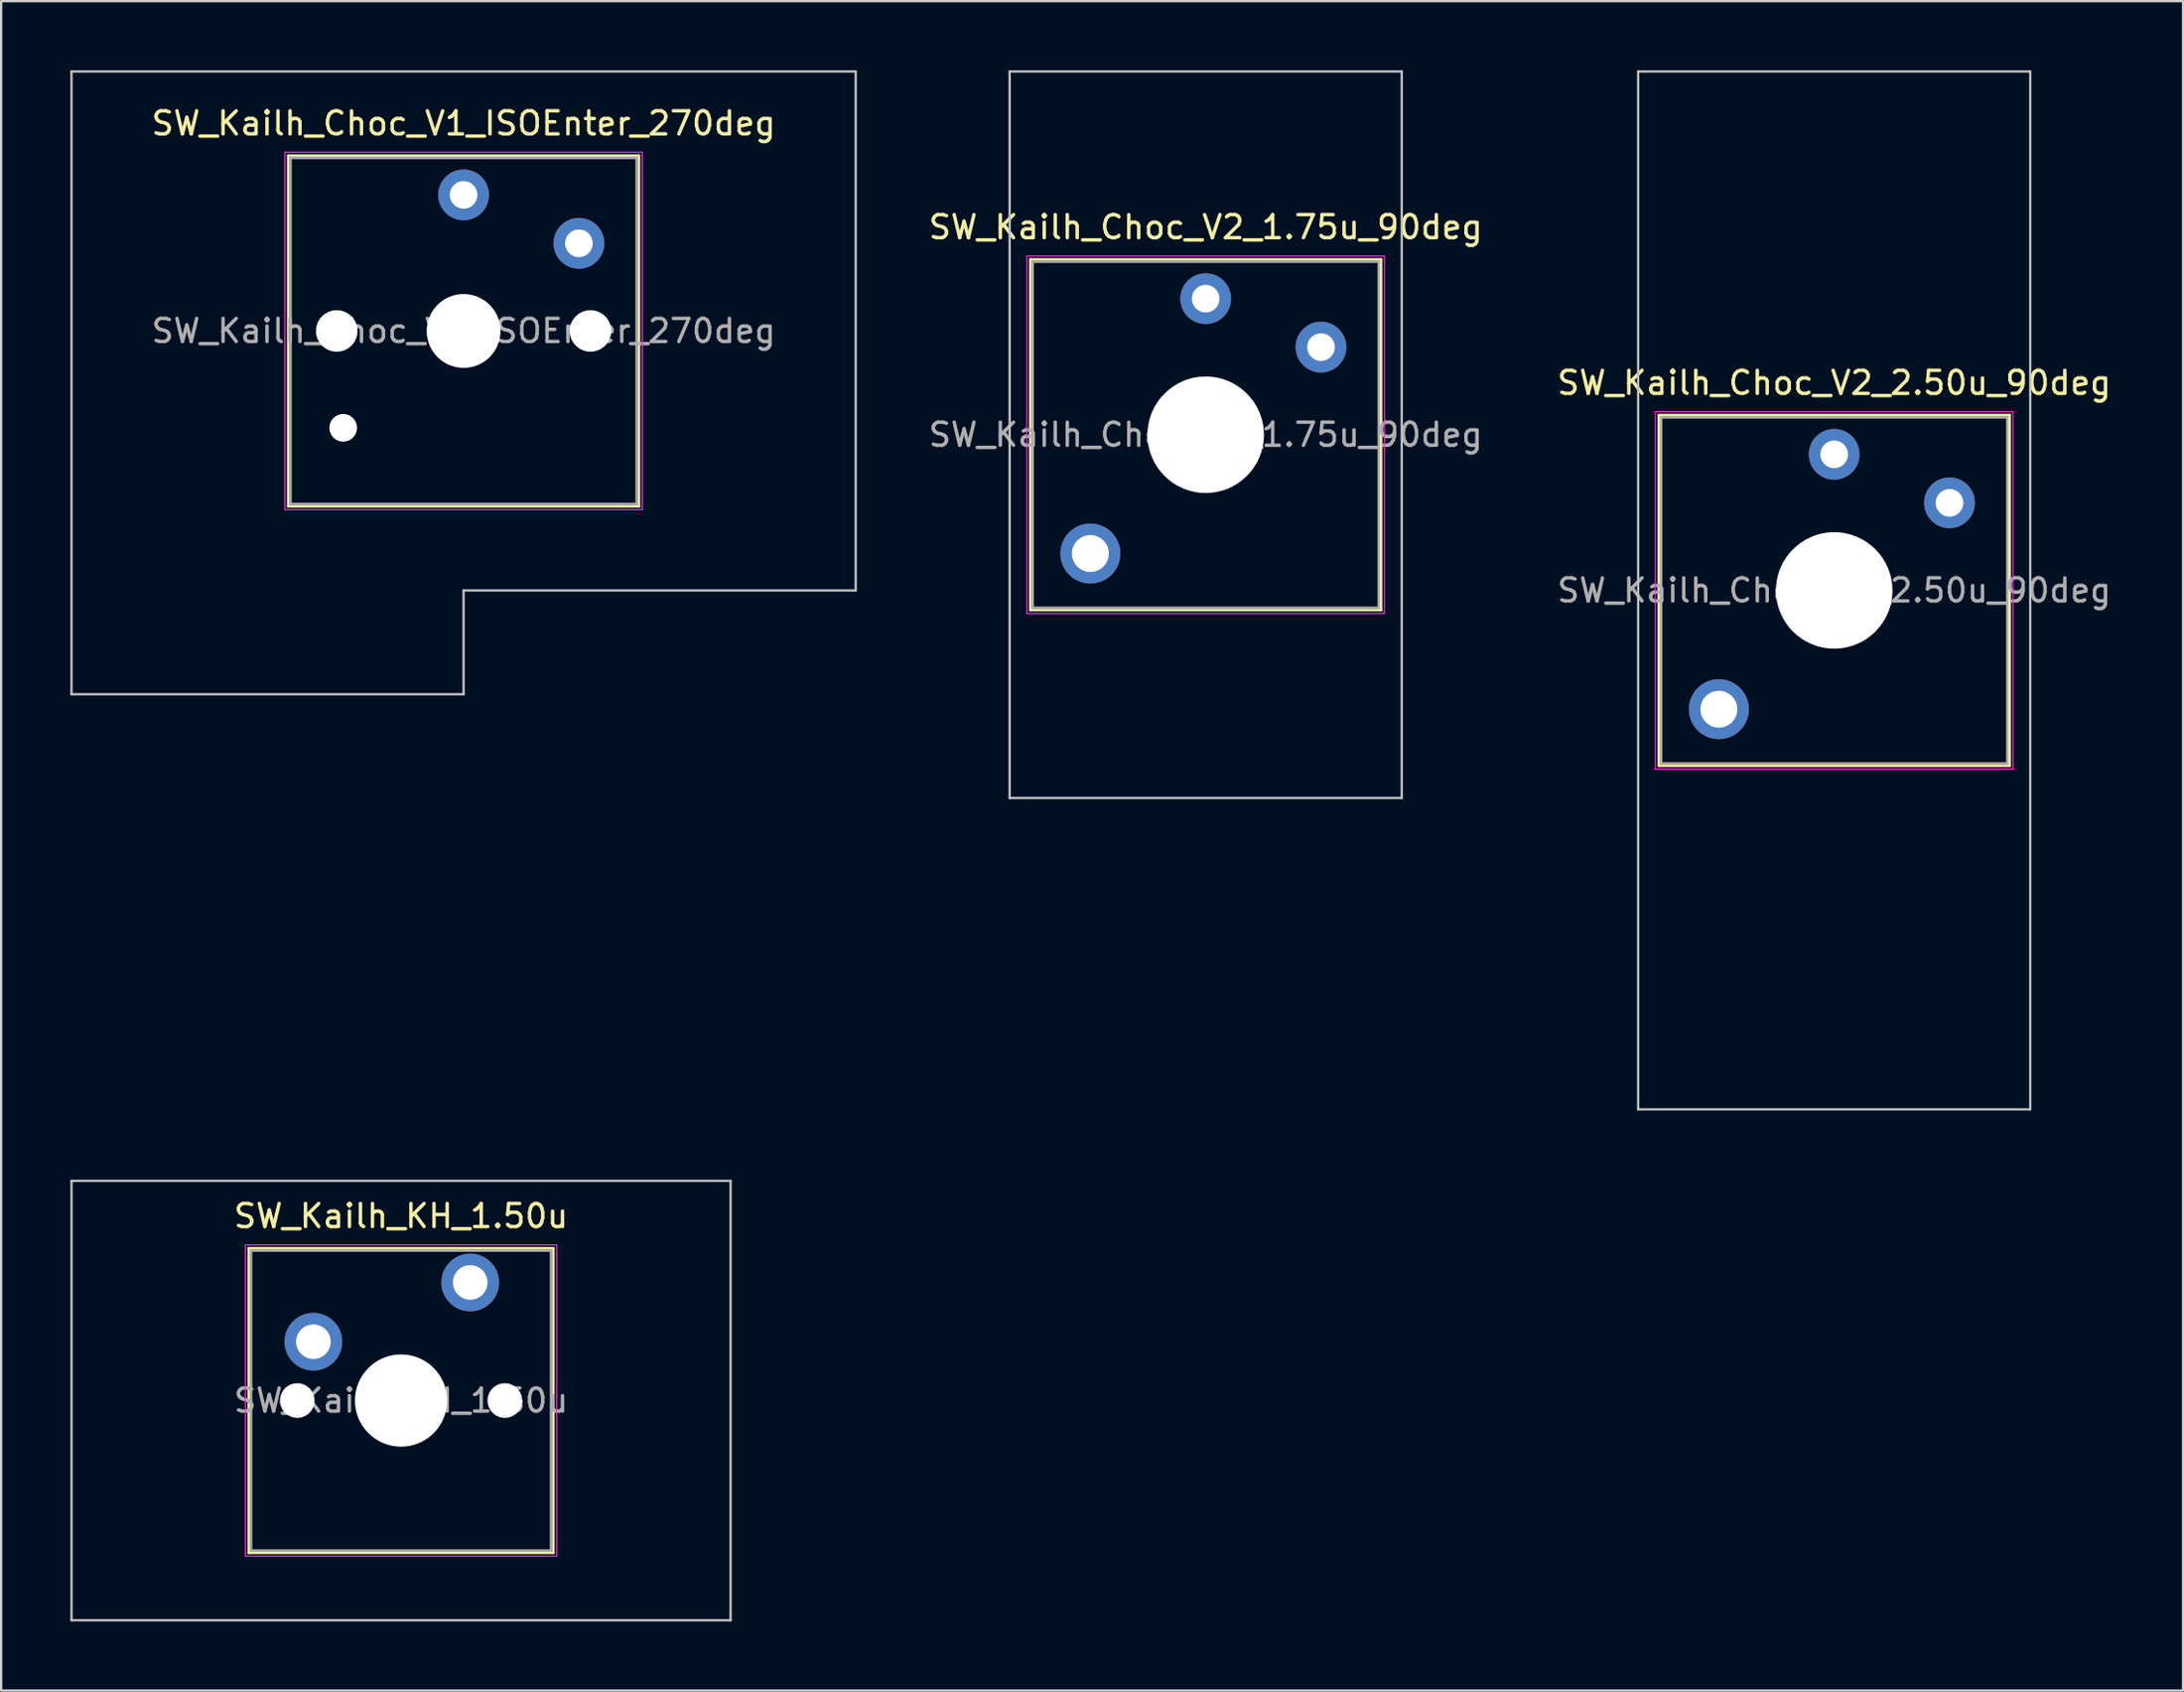
<source format=kicad_pcb>
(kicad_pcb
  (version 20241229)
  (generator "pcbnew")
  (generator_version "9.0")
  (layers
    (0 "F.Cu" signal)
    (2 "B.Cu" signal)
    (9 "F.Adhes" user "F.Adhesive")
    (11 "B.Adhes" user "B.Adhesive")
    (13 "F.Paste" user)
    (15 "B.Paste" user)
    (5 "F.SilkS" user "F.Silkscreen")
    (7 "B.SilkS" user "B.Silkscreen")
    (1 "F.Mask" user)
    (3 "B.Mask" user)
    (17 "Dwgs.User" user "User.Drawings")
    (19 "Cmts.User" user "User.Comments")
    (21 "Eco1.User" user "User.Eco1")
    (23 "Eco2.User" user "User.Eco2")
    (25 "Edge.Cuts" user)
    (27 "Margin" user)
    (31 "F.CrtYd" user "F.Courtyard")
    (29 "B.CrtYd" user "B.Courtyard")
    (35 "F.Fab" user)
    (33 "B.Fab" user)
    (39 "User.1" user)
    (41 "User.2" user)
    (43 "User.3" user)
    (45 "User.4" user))
  (footprint "SW_Kailh_Choc_V2_2.50u_90deg"
    (layer "F.Cu")
    (at 76.475 22.55)
    (property "Reference" "SW_Kailh_Choc_V2_2.50u_90deg" (at 0 -9 0) (layer "F.SilkS") (effects (font (size 1 1) (thickness 0.15))))
    (attr through_hole)
    (fp_line (start -7.6 -7.6) (end -7.6 7.6) (stroke (width 0.12) (type solid)) (layer "F.SilkS"))
    (fp_line (start -7.6 7.6) (end 7.6 7.6) (stroke (width 0.12) (type solid)) (layer "F.SilkS"))
    (fp_line (start 7.6 -7.6) (end -7.6 -7.6) (stroke (width 0.12) (type solid)) (layer "F.SilkS"))
    (fp_line (start 7.6 7.6) (end 7.6 -7.6) (stroke (width 0.12) (type solid)) (layer "F.SilkS"))
    (fp_line (start -8.5 -22.5) (end 8.5 -22.5) (stroke (width 0.1) (type solid)) (layer "Dwgs.User"))
    (fp_line (start -8.5 22.5) (end -8.5 -22.5) (stroke (width 0.1) (type solid)) (layer "Dwgs.User"))
    (fp_line (start 8.5 -22.5) (end 8.5 22.5) (stroke (width 0.1) (type solid)) (layer "Dwgs.User"))
    (fp_line (start 8.5 22.5) (end -8.5 22.5) (stroke (width 0.1) (type solid)) (layer "Dwgs.User"))
    (fp_line (start -7.25 -7.25) (end -7.25 7.25) (stroke (width 0.1) (type solid)) (layer "Eco1.User"))
    (fp_line (start -7.25 7.25) (end 7.25 7.25) (stroke (width 0.1) (type solid)) (layer "Eco1.User"))
    (fp_line (start 7.25 -7.25) (end -7.25 -7.25) (stroke (width 0.1) (type solid)) (layer "Eco1.User"))
    (fp_line (start 7.25 7.25) (end 7.25 -7.25) (stroke (width 0.1) (type solid)) (layer "Eco1.User"))
    (fp_line (start -7.75 -7.75) (end -7.75 7.75) (stroke (width 0.05) (type solid)) (layer "F.CrtYd"))
    (fp_line (start -7.75 7.75) (end 7.75 7.75) (stroke (width 0.05) (type solid)) (layer "F.CrtYd"))
    (fp_line (start 7.75 -7.75) (end -7.75 -7.75) (stroke (width 0.05) (type solid)) (layer "F.CrtYd"))
    (fp_line (start 7.75 7.75) (end 7.75 -7.75) (stroke (width 0.05) (type solid)) (layer "F.CrtYd"))
    (fp_line (start -7.5 -7.5) (end -7.5 7.5) (stroke (width 0.1) (type solid)) (layer "F.Fab"))
    (fp_line (start -7.5 7.5) (end 7.5 7.5) (stroke (width 0.1) (type solid)) (layer "F.Fab"))
    (fp_line (start 7.5 -7.5) (end -7.5 -7.5) (stroke (width 0.1) (type solid)) (layer "F.Fab"))
    (fp_line (start 7.5 7.5) (end 7.5 -7.5) (stroke (width 0.1) (type solid)) (layer "F.Fab"))
    (fp_text user "${REFERENCE}" (at 0 0 0) (layer "F.Fab") (effects (font (size 1 1) (thickness 0.15))))
    (pad "" thru_hole circle (at -5 5.15) (size 2.6 2.6) (drill 1.6) (layers "*.Cu" "*.Mask"))
    (pad "" np_thru_hole circle (at 0 0) (size 5.05 5.05) (drill 5.05) (layers "*.Cu" "*.Mask"))
    (pad "1" thru_hole circle (at 0 -5.9) (size 2.2 2.2) (drill 1.2) (layers "*.Cu" "*.Mask"))
    (pad "2" thru_hole circle (at 5 -3.8) (size 2.2 2.2) (drill 1.2) (layers "*.Cu" "*.Mask")))
  (footprint "SW_Kailh_Choc_V1_ISOEnter_270deg"
    (layer "F.Cu")
    (at 17.05 11.3)
    (property "Reference" "SW_Kailh_Choc_V1_ISOEnter_270deg" (at 0 -9 0) (layer "F.SilkS") (effects (font (size 1 1) (thickness 0.15))))
    (attr through_hole)
    (fp_line (start -7.6 -7.6) (end -7.6 7.6) (stroke (width 0.12) (type solid)) (layer "F.SilkS"))
    (fp_line (start -7.6 7.6) (end 7.6 7.6) (stroke (width 0.12) (type solid)) (layer "F.SilkS"))
    (fp_line (start 7.6 -7.6) (end -7.6 -7.6) (stroke (width 0.12) (type solid)) (layer "F.SilkS"))
    (fp_line (start 7.6 7.6) (end 7.6 -7.6) (stroke (width 0.12) (type solid)) (layer "F.SilkS"))
    (fp_line (start -17 -11.25) (end -17 15.75) (stroke (width 0.1) (type solid)) (layer "Dwgs.User"))
    (fp_line (start -17 15.75) (end 0 15.75) (stroke (width 0.1) (type solid)) (layer "Dwgs.User"))
    (fp_line (start 0 11.25) (end 17 11.25) (stroke (width 0.1) (type solid)) (layer "Dwgs.User"))
    (fp_line (start 0 15.75) (end 0 11.25) (stroke (width 0.1) (type solid)) (layer "Dwgs.User"))
    (fp_line (start 17 -11.25) (end -17 -11.25) (stroke (width 0.1) (type solid)) (layer "Dwgs.User"))
    (fp_line (start 17 11.25) (end 17 -11.25) (stroke (width 0.1) (type solid)) (layer "Dwgs.User"))
    (fp_line (start -7.75 -7.75) (end -7.75 7.75) (stroke (width 0.05) (type solid)) (layer "F.CrtYd"))
    (fp_line (start -7.75 7.75) (end 7.75 7.75) (stroke (width 0.05) (type solid)) (layer "F.CrtYd"))
    (fp_line (start 7.75 -7.75) (end -7.75 -7.75) (stroke (width 0.05) (type solid)) (layer "F.CrtYd"))
    (fp_line (start 7.75 7.75) (end 7.75 -7.75) (stroke (width 0.05) (type solid)) (layer "F.CrtYd"))
    (fp_line (start -7.5 -7.5) (end -7.5 7.5) (stroke (width 0.1) (type solid)) (layer "F.Fab"))
    (fp_line (start -7.5 7.5) (end 7.5 7.5) (stroke (width 0.1) (type solid)) (layer "F.Fab"))
    (fp_line (start 7.5 -7.5) (end -7.5 -7.5) (stroke (width 0.1) (type solid)) (layer "F.Fab"))
    (fp_line (start 7.5 7.5) (end 7.5 -7.5) (stroke (width 0.1) (type solid)) (layer "F.Fab"))
    (fp_text user "${REFERENCE}" (at 0 0 0) (layer "F.Fab") (effects (font (size 1 1) (thickness 0.15))))
    (pad "" np_thru_hole circle (at -5.5 0) (size 1.8 1.8) (drill 1.8) (layers "*.Cu" "*.Mask"))
    (pad "" np_thru_hole circle (at -5.22 4.2) (size 1.2 1.2) (drill 1.2) (layers "*.Cu" "*.Mask"))
    (pad "" np_thru_hole circle (at 0 0) (size 3.2 3.2) (drill 3.2) (layers "*.Cu" "*.Mask"))
    (pad "" np_thru_hole circle (at 5.5 0) (size 1.8 1.8) (drill 1.8) (layers "*.Cu" "*.Mask"))
    (pad "1" thru_hole circle (at 0 -5.9) (size 2.2 2.2) (drill 1.2) (layers "*.Cu" "B.Mask"))
    (pad "2" thru_hole circle (at 5 -3.8) (size 2.2 2.2) (drill 1.2) (layers "*.Cu" "B.Mask")))
  (footprint "SW_Kailh_KH_1.50u"
    (layer "F.Cu")
    (at 14.338 57.675)
    (property "Reference" "SW_Kailh_KH_1.50u" (at 0 -8 0) (layer "F.SilkS") (effects (font (size 1 1) (thickness 0.15))))
    (attr through_hole)
    (fp_line (start -6.6 -6.6) (end -6.6 6.6) (stroke (width 0.12) (type solid)) (layer "F.SilkS"))
    (fp_line (start -6.6 6.6) (end 6.6 6.6) (stroke (width 0.12) (type solid)) (layer "F.SilkS"))
    (fp_line (start 6.6 -6.6) (end -6.6 -6.6) (stroke (width 0.12) (type solid)) (layer "F.SilkS"))
    (fp_line (start 6.6 6.6) (end 6.6 -6.6) (stroke (width 0.12) (type solid)) (layer "F.SilkS"))
    (fp_line (start -14.287 -9.525) (end -14.287 9.525) (stroke (width 0.1) (type solid)) (layer "Dwgs.User"))
    (fp_line (start -14.287 9.525) (end 14.287 9.525) (stroke (width 0.1) (type solid)) (layer "Dwgs.User"))
    (fp_line (start 14.287 -9.525) (end -14.287 -9.525) (stroke (width 0.1) (type solid)) (layer "Dwgs.User"))
    (fp_line (start 14.287 9.525) (end 14.287 -9.525) (stroke (width 0.1) (type solid)) (layer "Dwgs.User"))
    (fp_line (start -6.1 -6.1) (end -6.1 6.1) (stroke (width 0.1) (type solid)) (layer "Eco1.User"))
    (fp_line (start -6.1 6.1) (end 6.1 6.1) (stroke (width 0.1) (type solid)) (layer "Eco1.User"))
    (fp_line (start 6.1 -6.1) (end -6.1 -6.1) (stroke (width 0.1) (type solid)) (layer "Eco1.User"))
    (fp_line (start 6.1 6.1) (end 6.1 -6.1) (stroke (width 0.1) (type solid)) (layer "Eco1.User"))
    (fp_line (start -6.75 -6.75) (end -6.75 6.75) (stroke (width 0.05) (type solid)) (layer "F.CrtYd"))
    (fp_line (start -6.75 6.75) (end 6.75 6.75) (stroke (width 0.05) (type solid)) (layer "F.CrtYd"))
    (fp_line (start 6.75 -6.75) (end -6.75 -6.75) (stroke (width 0.05) (type solid)) (layer "F.CrtYd"))
    (fp_line (start 6.75 6.75) (end 6.75 -6.75) (stroke (width 0.05) (type solid)) (layer "F.CrtYd"))
    (fp_line (start -6.5 -6.5) (end -6.5 6.5) (stroke (width 0.1) (type solid)) (layer "F.Fab"))
    (fp_line (start -6.5 6.5) (end 6.5 6.5) (stroke (width 0.1) (type solid)) (layer "F.Fab"))
    (fp_line (start 6.5 -6.5) (end -6.5 -6.5) (stroke (width 0.1) (type solid)) (layer "F.Fab"))
    (fp_line (start 6.5 6.5) (end 6.5 -6.5) (stroke (width 0.1) (type solid)) (layer "F.Fab"))
    (fp_text user "${REFERENCE}" (at 0 0 0) (layer "F.Fab") (effects (font (size 1 1) (thickness 0.15))))
    (pad "" np_thru_hole circle (at -4.5 0) (size 1.5 1.5) (drill 1.5) (layers "*.Cu" "*.Mask"))
    (pad "" np_thru_hole circle (at 0 0) (size 4 4) (drill 4) (layers "*.Cu" "*.Mask"))
    (pad "" np_thru_hole circle (at 4.5 0) (size 1.5 1.5) (drill 1.5) (layers "*.Cu" "*.Mask"))
    (pad "1" thru_hole circle (at -3.8 -2.55) (size 2.5 2.5) (drill 1.5) (layers "*.Cu" "*.Mask"))
    (pad "2" thru_hole circle (at 3 -5.12) (size 2.5 2.5) (drill 1.5) (layers "*.Cu" "*.Mask")))
  (footprint "SW_Kailh_Choc_V2_1.75u_90deg"
    (layer "F.Cu")
    (at 49.225 15.8)
    (property "Reference" "SW_Kailh_Choc_V2_1.75u_90deg" (at 0 -9 0) (layer "F.SilkS") (effects (font (size 1 1) (thickness 0.15))))
    (attr through_hole)
    (fp_line (start -7.6 -7.6) (end -7.6 7.6) (stroke (width 0.12) (type solid)) (layer "F.SilkS"))
    (fp_line (start -7.6 7.6) (end 7.6 7.6) (stroke (width 0.12) (type solid)) (layer "F.SilkS"))
    (fp_line (start 7.6 -7.6) (end -7.6 -7.6) (stroke (width 0.12) (type solid)) (layer "F.SilkS"))
    (fp_line (start 7.6 7.6) (end 7.6 -7.6) (stroke (width 0.12) (type solid)) (layer "F.SilkS"))
    (fp_line (start -8.5 -15.75) (end 8.5 -15.75) (stroke (width 0.1) (type solid)) (layer "Dwgs.User"))
    (fp_line (start -8.5 15.75) (end -8.5 -15.75) (stroke (width 0.1) (type solid)) (layer "Dwgs.User"))
    (fp_line (start 8.5 -15.75) (end 8.5 15.75) (stroke (width 0.1) (type solid)) (layer "Dwgs.User"))
    (fp_line (start 8.5 15.75) (end -8.5 15.75) (stroke (width 0.1) (type solid)) (layer "Dwgs.User"))
    (fp_line (start -7.25 -7.25) (end -7.25 7.25) (stroke (width 0.1) (type solid)) (layer "Eco1.User"))
    (fp_line (start -7.25 7.25) (end 7.25 7.25) (stroke (width 0.1) (type solid)) (layer "Eco1.User"))
    (fp_line (start 7.25 -7.25) (end -7.25 -7.25) (stroke (width 0.1) (type solid)) (layer "Eco1.User"))
    (fp_line (start 7.25 7.25) (end 7.25 -7.25) (stroke (width 0.1) (type solid)) (layer "Eco1.User"))
    (fp_line (start -7.75 -7.75) (end -7.75 7.75) (stroke (width 0.05) (type solid)) (layer "F.CrtYd"))
    (fp_line (start -7.75 7.75) (end 7.75 7.75) (stroke (width 0.05) (type solid)) (layer "F.CrtYd"))
    (fp_line (start 7.75 -7.75) (end -7.75 -7.75) (stroke (width 0.05) (type solid)) (layer "F.CrtYd"))
    (fp_line (start 7.75 7.75) (end 7.75 -7.75) (stroke (width 0.05) (type solid)) (layer "F.CrtYd"))
    (fp_line (start -7.5 -7.5) (end -7.5 7.5) (stroke (width 0.1) (type solid)) (layer "F.Fab"))
    (fp_line (start -7.5 7.5) (end 7.5 7.5) (stroke (width 0.1) (type solid)) (layer "F.Fab"))
    (fp_line (start 7.5 -7.5) (end -7.5 -7.5) (stroke (width 0.1) (type solid)) (layer "F.Fab"))
    (fp_line (start 7.5 7.5) (end 7.5 -7.5) (stroke (width 0.1) (type solid)) (layer "F.Fab"))
    (fp_text user "${REFERENCE}" (at 0 0 0) (layer "F.Fab") (effects (font (size 1 1) (thickness 0.15))))
    (pad "" thru_hole circle (at -5 5.15) (size 2.6 2.6) (drill 1.6) (layers "*.Cu" "*.Mask"))
    (pad "" np_thru_hole circle (at 0 0) (size 5.05 5.05) (drill 5.05) (layers "*.Cu" "*.Mask"))
    (pad "1" thru_hole circle (at 0 -5.9) (size 2.2 2.2) (drill 1.2) (layers "*.Cu" "*.Mask"))
    (pad "2" thru_hole circle (at 5 -3.8) (size 2.2 2.2) (drill 1.2) (layers "*.Cu" "*.Mask")))
  (gr_rect
    (start -3 -3)
    (end 91.6 70.25)
    (stroke (width 0.1) (type default))
    (fill no)
    (layer "Edge.Cuts")))
</source>
